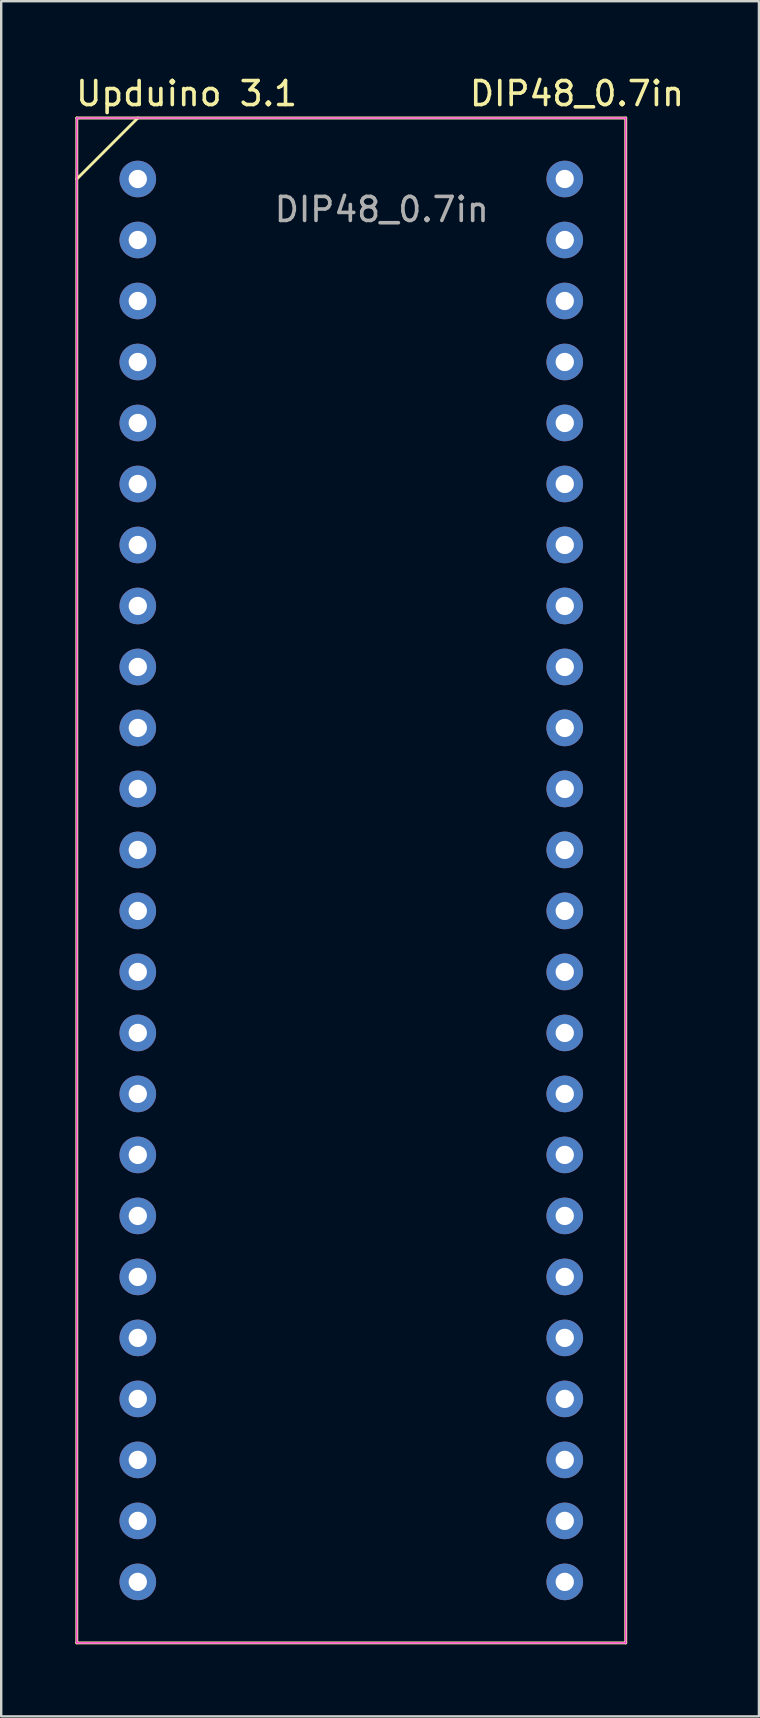
<source format=kicad_pcb>
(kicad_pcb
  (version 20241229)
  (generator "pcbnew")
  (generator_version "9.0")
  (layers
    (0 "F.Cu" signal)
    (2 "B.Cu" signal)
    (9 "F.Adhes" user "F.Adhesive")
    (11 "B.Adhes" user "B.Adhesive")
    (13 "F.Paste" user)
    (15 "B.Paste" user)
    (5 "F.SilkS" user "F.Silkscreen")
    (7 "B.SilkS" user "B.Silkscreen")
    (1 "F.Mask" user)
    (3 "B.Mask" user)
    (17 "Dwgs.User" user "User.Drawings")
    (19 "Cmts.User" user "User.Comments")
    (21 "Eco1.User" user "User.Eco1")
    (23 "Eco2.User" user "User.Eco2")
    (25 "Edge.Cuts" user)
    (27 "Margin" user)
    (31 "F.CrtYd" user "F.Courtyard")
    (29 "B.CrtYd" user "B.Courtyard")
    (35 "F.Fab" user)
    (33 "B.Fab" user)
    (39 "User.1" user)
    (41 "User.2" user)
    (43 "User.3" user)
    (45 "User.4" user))
  (footprint "DIP48_0.7in"
    (layer "F.Cu")
    (at 12.848 1.864)
    (property "Reference" "DIP48_0.7in" (at 8.128 -1.016 0) (unlocked yes) (layer "F.SilkS") (effects (font (size 1 1) (thickness 0.15))))
    (attr through_hole)
    (fp_line (start -12.7 0) (end 10.16 0) (stroke (width 0.12) (type solid)) (layer "F.SilkS"))
    (fp_line (start -12.7 2.54) (end -10.16 0) (stroke (width 0.12) (type solid)) (layer "F.SilkS"))
    (fp_line (start -12.7 63.5) (end -12.7 0) (stroke (width 0.12) (type solid)) (layer "F.SilkS"))
    (fp_line (start 10.16 0) (end 10.16 63.5) (stroke (width 0.12) (type solid)) (layer "F.SilkS"))
    (fp_line (start 10.16 63.5) (end -12.7 63.5) (stroke (width 0.12) (type solid)) (layer "F.SilkS"))
    (fp_line (start -12.7 0) (end 10.16 0) (stroke (width 0.05) (type solid)) (layer "F.CrtYd"))
    (fp_line (start -12.7 63.5) (end -12.7 0) (stroke (width 0.05) (type solid)) (layer "F.CrtYd"))
    (fp_line (start 10.16 0) (end 10.16 63.5) (stroke (width 0.05) (type solid)) (layer "F.CrtYd"))
    (fp_line (start 10.16 63.5) (end -12.7 63.5) (stroke (width 0.05) (type solid)) (layer "F.CrtYd"))
    (fp_text user "Upduino 3.1" (at -8.128 -1.016 0) (unlocked yes) (layer "F.SilkS") (effects (font (size 1 1) (thickness 0.15))))
    (fp_text user "${REFERENCE}" (at 0 3.81 0) (unlocked yes) (layer "F.Fab") (effects (font (size 1 1) (thickness 0.15))))
    (pad "1" thru_hole circle (at -10.16 2.54) (size 1.524 1.524) (drill 0.762) (layers "*.Cu" "*.Mask"))
    (pad "2" thru_hole circle (at -10.16 5.08) (size 1.524 1.524) (drill 0.762) (layers "*.Cu" "*.Mask"))
    (pad "3" thru_hole circle (at -10.16 7.62) (size 1.524 1.524) (drill 0.762) (layers "*.Cu" "*.Mask"))
    (pad "4" thru_hole circle (at -10.16 10.16) (size 1.524 1.524) (drill 0.762) (layers "*.Cu" "*.Mask"))
    (pad "5" thru_hole circle (at -10.16 12.7) (size 1.524 1.524) (drill 0.762) (layers "*.Cu" "*.Mask"))
    (pad "6" thru_hole circle (at -10.16 15.24) (size 1.524 1.524) (drill 0.762) (layers "*.Cu" "*.Mask"))
    (pad "7" thru_hole circle (at -10.16 17.78) (size 1.524 1.524) (drill 0.762) (layers "*.Cu" "*.Mask"))
    (pad "8" thru_hole circle (at -10.16 20.32) (size 1.524 1.524) (drill 0.762) (layers "*.Cu" "*.Mask"))
    (pad "9" thru_hole circle (at -10.16 22.86) (size 1.524 1.524) (drill 0.762) (layers "*.Cu" "*.Mask"))
    (pad "10" thru_hole circle (at -10.16 25.4) (size 1.524 1.524) (drill 0.762) (layers "*.Cu" "*.Mask"))
    (pad "11" thru_hole circle (at -10.16 27.94) (size 1.524 1.524) (drill 0.762) (layers "*.Cu" "*.Mask"))
    (pad "12" thru_hole circle (at -10.16 30.48) (size 1.524 1.524) (drill 0.762) (layers "*.Cu" "*.Mask"))
    (pad "13" thru_hole circle (at -10.16 33.02) (size 1.524 1.524) (drill 0.762) (layers "*.Cu" "*.Mask"))
    (pad "14" thru_hole circle (at -10.16 35.56) (size 1.524 1.524) (drill 0.762) (layers "*.Cu" "*.Mask"))
    (pad "15" thru_hole circle (at -10.16 38.1) (size 1.524 1.524) (drill 0.762) (layers "*.Cu" "*.Mask"))
    (pad "16" thru_hole circle (at -10.16 40.64) (size 1.524 1.524) (drill 0.762) (layers "*.Cu" "*.Mask"))
    (pad "17" thru_hole circle (at -10.16 43.18) (size 1.524 1.524) (drill 0.762) (layers "*.Cu" "*.Mask"))
    (pad "18" thru_hole circle (at -10.16 45.72) (size 1.524 1.524) (drill 0.762) (layers "*.Cu" "*.Mask"))
    (pad "19" thru_hole circle (at -10.16 48.26) (size 1.524 1.524) (drill 0.762) (layers "*.Cu" "*.Mask"))
    (pad "20" thru_hole circle (at -10.16 50.8) (size 1.524 1.524) (drill 0.762) (layers "*.Cu" "*.Mask"))
    (pad "21" thru_hole circle (at -10.16 53.34) (size 1.524 1.524) (drill 0.762) (layers "*.Cu" "*.Mask"))
    (pad "22" thru_hole circle (at -10.16 55.88) (size 1.524 1.524) (drill 0.762) (layers "*.Cu" "*.Mask"))
    (pad "23" thru_hole circle (at -10.16 58.42) (size 1.524 1.524) (drill 0.762) (layers "*.Cu" "*.Mask"))
    (pad "24" thru_hole circle (at -10.16 60.96) (size 1.524 1.524) (drill 0.762) (layers "*.Cu" "*.Mask"))
    (pad "25" thru_hole circle (at 7.62 60.96) (size 1.524 1.524) (drill 0.762) (layers "*.Cu" "*.Mask"))
    (pad "26" thru_hole circle (at 7.62 58.42) (size 1.524 1.524) (drill 0.762) (layers "*.Cu" "*.Mask"))
    (pad "27" thru_hole circle (at 7.62 55.88) (size 1.524 1.524) (drill 0.762) (layers "*.Cu" "*.Mask"))
    (pad "28" thru_hole circle (at 7.62 53.34) (size 1.524 1.524) (drill 0.762) (layers "*.Cu" "*.Mask"))
    (pad "29" thru_hole circle (at 7.62 50.8) (size 1.524 1.524) (drill 0.762) (layers "*.Cu" "*.Mask"))
    (pad "30" thru_hole circle (at 7.62 48.26) (size 1.524 1.524) (drill 0.762) (layers "*.Cu" "*.Mask"))
    (pad "31" thru_hole circle (at 7.62 45.72) (size 1.524 1.524) (drill 0.762) (layers "*.Cu" "*.Mask"))
    (pad "32" thru_hole circle (at 7.62 43.18) (size 1.524 1.524) (drill 0.762) (layers "*.Cu" "*.Mask"))
    (pad "33" thru_hole circle (at 7.62 40.64) (size 1.524 1.524) (drill 0.762) (layers "*.Cu" "*.Mask"))
    (pad "34" thru_hole circle (at 7.62 38.1) (size 1.524 1.524) (drill 0.762) (layers "*.Cu" "*.Mask"))
    (pad "35" thru_hole circle (at 7.62 35.56) (size 1.524 1.524) (drill 0.762) (layers "*.Cu" "*.Mask"))
    (pad "36" thru_hole circle (at 7.62 33.02) (size 1.524 1.524) (drill 0.762) (layers "*.Cu" "*.Mask"))
    (pad "37" thru_hole circle (at 7.62 30.48) (size 1.524 1.524) (drill 0.762) (layers "*.Cu" "*.Mask"))
    (pad "38" thru_hole circle (at 7.62 27.94) (size 1.524 1.524) (drill 0.762) (layers "*.Cu" "*.Mask"))
    (pad "39" thru_hole circle (at 7.62 25.4) (size 1.524 1.524) (drill 0.762) (layers "*.Cu" "*.Mask"))
    (pad "40" thru_hole circle (at 7.62 22.86) (size 1.524 1.524) (drill 0.762) (layers "*.Cu" "*.Mask"))
    (pad "41" thru_hole circle (at 7.62 20.32) (size 1.524 1.524) (drill 0.762) (layers "*.Cu" "*.Mask"))
    (pad "42" thru_hole circle (at 7.62 17.78) (size 1.524 1.524) (drill 0.762) (layers "*.Cu" "*.Mask"))
    (pad "43" thru_hole circle (at 7.62 15.24) (size 1.524 1.524) (drill 0.762) (layers "*.Cu" "*.Mask"))
    (pad "44" thru_hole circle (at 7.62 12.7) (size 1.524 1.524) (drill 0.762) (layers "*.Cu" "*.Mask"))
    (pad "45" thru_hole circle (at 7.62 10.16) (size 1.524 1.524) (drill 0.762) (layers "*.Cu" "*.Mask"))
    (pad "46" thru_hole circle (at 7.62 7.62) (size 1.524 1.524) (drill 0.762) (layers "*.Cu" "*.Mask"))
    (pad "47" thru_hole circle (at 7.62 5.08) (size 1.524 1.524) (drill 0.762) (layers "*.Cu" "*.Mask"))
    (pad "48" thru_hole circle (at 7.62 2.54) (size 1.524 1.524) (drill 0.762) (layers "*.Cu" "*.Mask")))
  (gr_rect
    (start -3 -3)
    (end 28.554 68.424)
    (stroke (width 0.1) (type default))
    (fill no)
    (layer "Edge.Cuts")))
</source>
